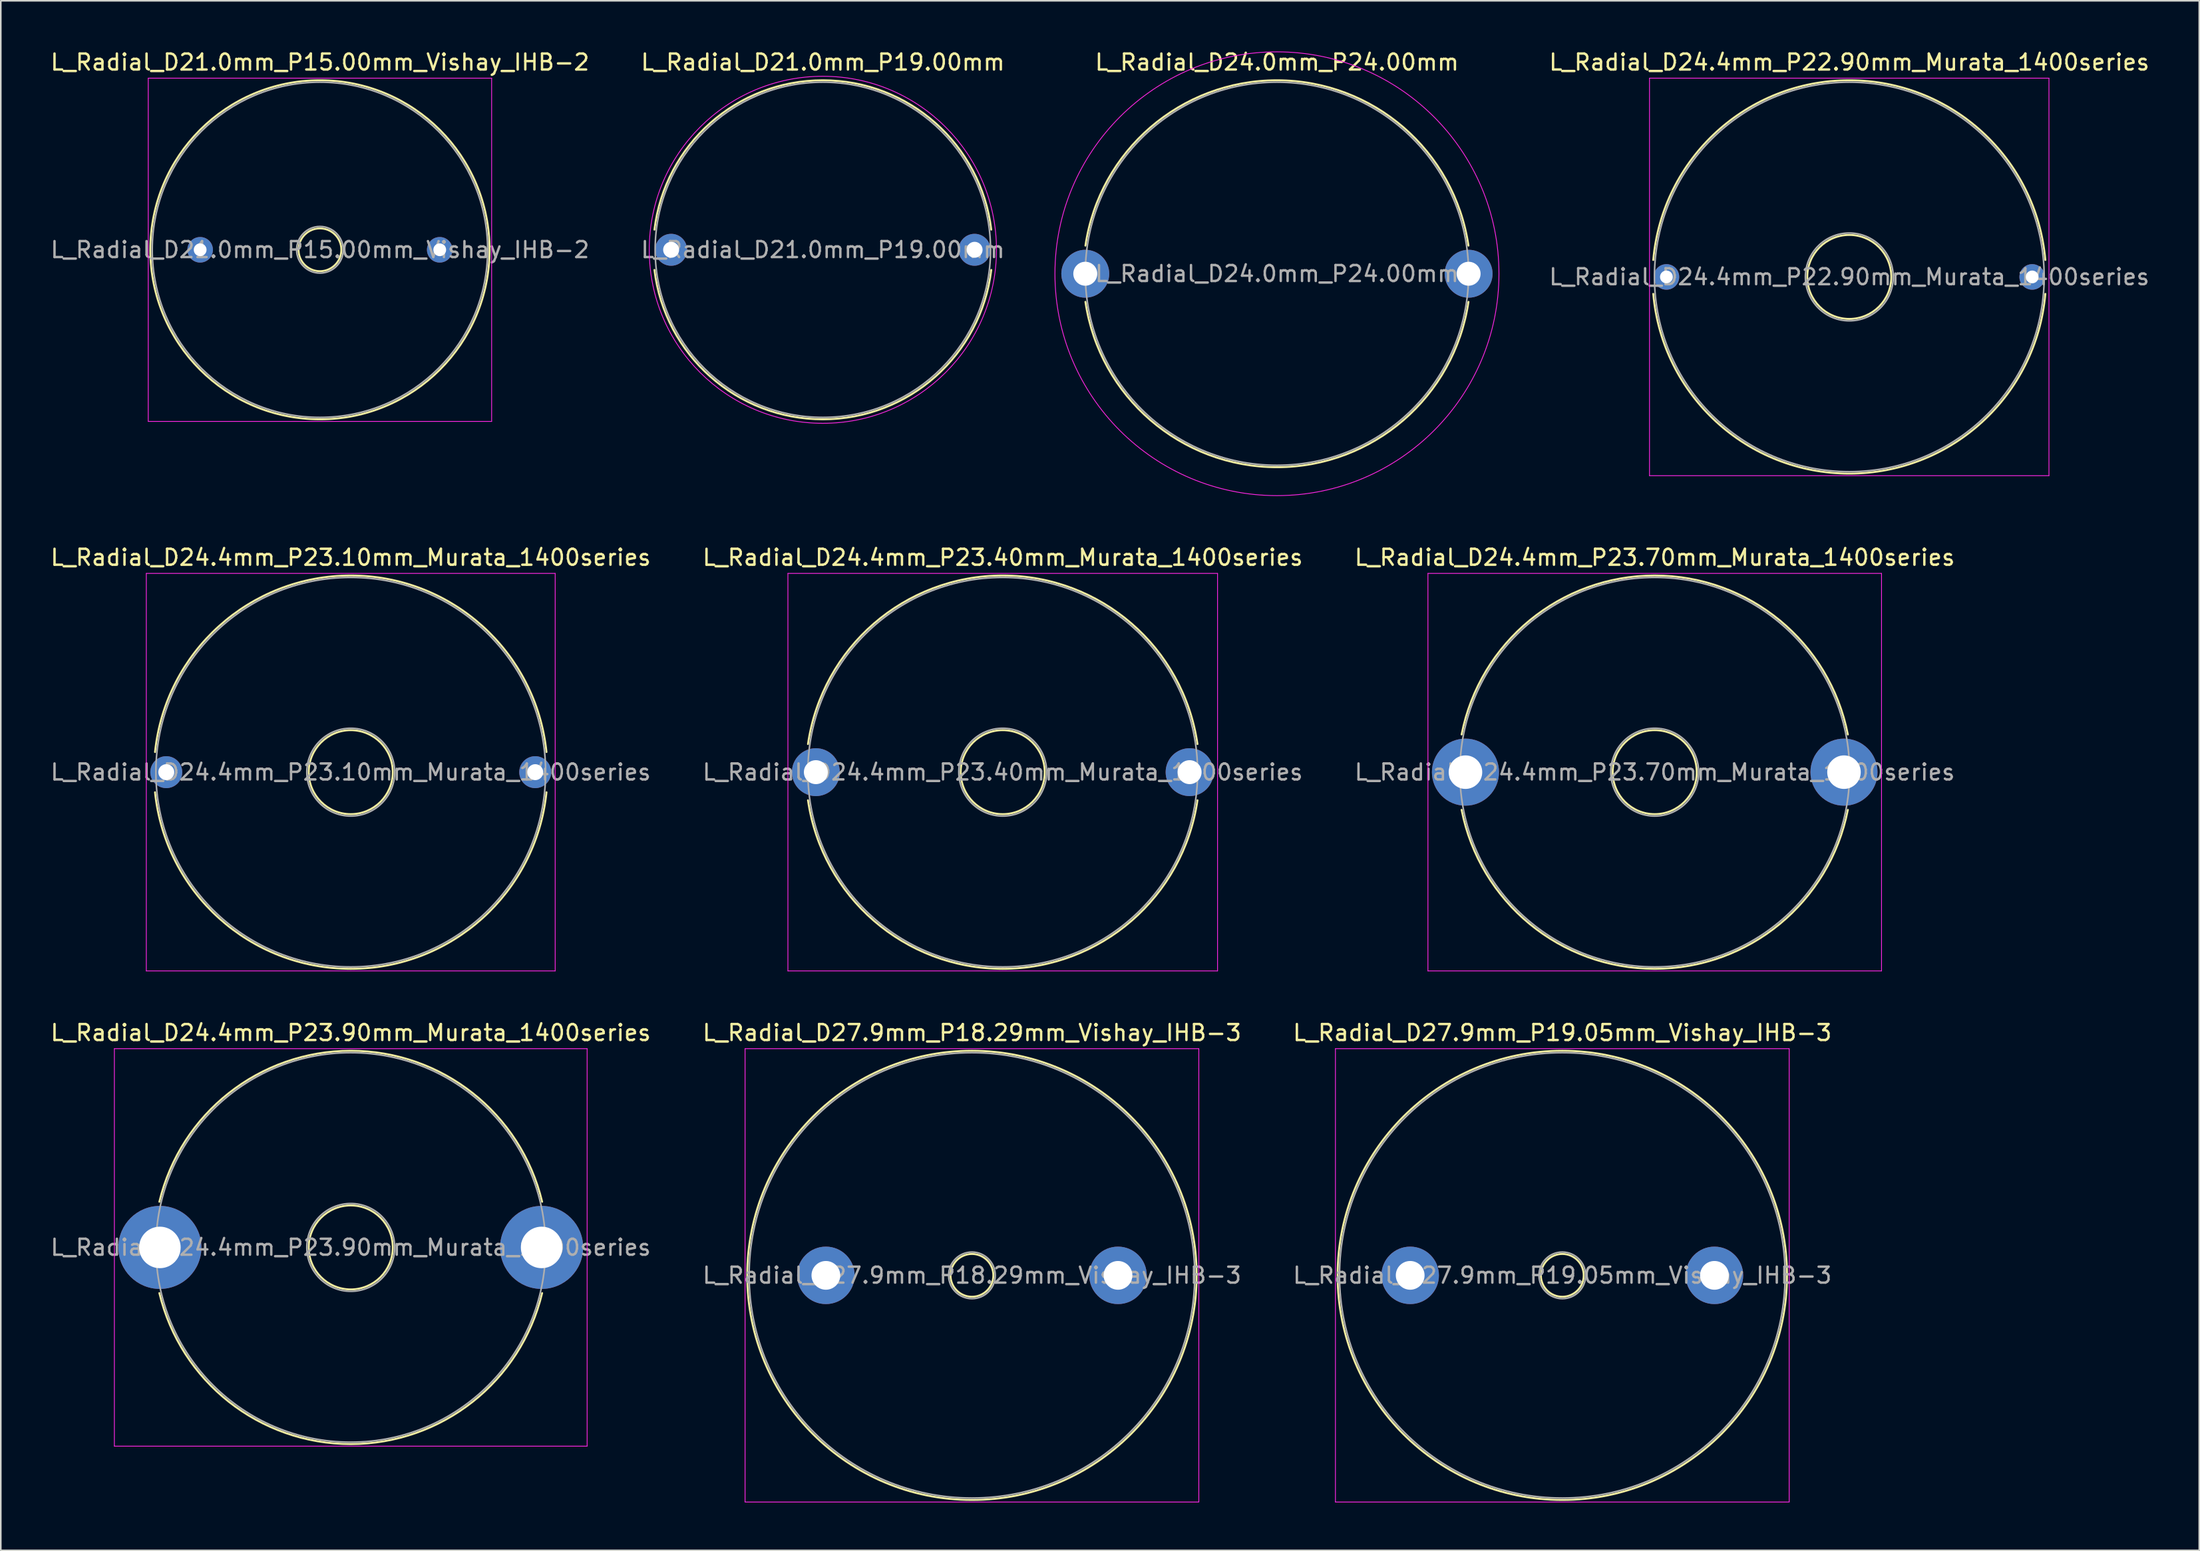
<source format=kicad_pcb>
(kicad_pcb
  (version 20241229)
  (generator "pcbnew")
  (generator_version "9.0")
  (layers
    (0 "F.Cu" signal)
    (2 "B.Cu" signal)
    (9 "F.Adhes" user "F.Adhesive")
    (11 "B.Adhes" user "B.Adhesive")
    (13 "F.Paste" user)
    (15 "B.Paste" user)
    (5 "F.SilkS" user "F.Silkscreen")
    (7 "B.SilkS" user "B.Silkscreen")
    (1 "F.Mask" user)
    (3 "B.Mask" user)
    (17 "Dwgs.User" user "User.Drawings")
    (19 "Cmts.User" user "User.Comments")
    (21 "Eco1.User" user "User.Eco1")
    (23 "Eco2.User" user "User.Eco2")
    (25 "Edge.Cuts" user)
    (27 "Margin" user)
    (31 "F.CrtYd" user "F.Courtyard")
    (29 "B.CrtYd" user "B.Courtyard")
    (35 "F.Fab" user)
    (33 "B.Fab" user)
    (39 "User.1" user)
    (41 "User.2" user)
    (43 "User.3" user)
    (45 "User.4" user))
  (footprint "L_Radial_D21.0mm_P19.00mm"
    (layer "F.Cu")
    (at 38.97 12.598)
    (property "Reference" "L_Radial_D21.0mm_P19.00mm" (at 9.5 -11.75 0) (layer "F.SilkS") (effects (font (size 1 1) (thickness 0.15))))
    (attr through_hole)
    (fp_arc (start -1.044989 -1.26) (mid 9.5 -10.62) (end 20.044989 -1.26) (stroke (width 0.12) (type solid)) (layer "F.SilkS"))
    (fp_arc (start 20.044989 1.26) (mid 9.5 10.62) (end -1.044989 1.26) (stroke (width 0.12) (type solid)) (layer "F.SilkS"))
    (fp_circle (center 9.5 0) (end 20.37 0) (stroke (width 0.05) (type solid)) (fill no) (layer "F.CrtYd"))
    (fp_circle (center 9.5 0) (end 20 0) (stroke (width 0.1) (type solid)) (fill no) (layer "F.Fab"))
    (fp_text user "${REFERENCE}" (at 9.5 0 0) (layer "F.Fab") (effects (font (size 1 1) (thickness 0.15))))
    (pad "1" thru_hole circle (at 0 0) (size 2 2) (drill 1) (layers "*.Cu" "*.Mask"))
    (pad "2" thru_hole circle (at 19 0) (size 2 2) (drill 1) (layers "*.Cu" "*.Mask")))
  (footprint "L_Radial_D24.0mm_P24.00mm"
    (layer "F.Cu")
    (at 64.901 14.098)
    (property "Reference" "L_Radial_D24.0mm_P24.00mm" (at 12 -13.25 0) (layer "F.SilkS") (effects (font (size 1 1) (thickness 0.15))))
    (attr through_hole)
    (fp_arc (start 0.00847 -1.76) (mid 12 -12.12) (end 23.99153 -1.76) (stroke (width 0.12) (type solid)) (layer "F.SilkS"))
    (fp_arc (start 23.99153 1.76) (mid 12 12.12) (end 0.00847 1.76) (stroke (width 0.12) (type solid)) (layer "F.SilkS"))
    (fp_circle (center 12 0) (end 25.9 0) (stroke (width 0.05) (type solid)) (fill no) (layer "F.CrtYd"))
    (fp_circle (center 12 0) (end 24 0) (stroke (width 0.1) (type solid)) (fill no) (layer "F.Fab"))
    (fp_text user "${REFERENCE}" (at 12 0 0) (layer "F.Fab") (effects (font (size 1 1) (thickness 0.15))))
    (pad "1" thru_hole circle (at 0 0) (size 3 3) (drill 1.5) (layers "*.Cu" "*.Mask"))
    (pad "2" thru_hole circle (at 24 0) (size 3 3) (drill 1.5) (layers "*.Cu" "*.Mask")))
  (footprint "L_Radial_D24.4mm_P23.10mm_Murata_1400series"
    (layer "F.Cu")
    (at 7.361 45.322)
    (property "Reference" "L_Radial_D24.4mm_P23.10mm_Murata_1400series" (at 11.55 -13.45 0) (layer "F.SilkS") (effects (font (size 1 1) (thickness 0.15))))
    (attr through_hole)
    (fp_arc (start -0.705399 -1.26) (mid 11.55 -12.32) (end 23.805399 -1.26) (stroke (width 0.12) (type solid)) (layer "F.SilkS"))
    (fp_arc (start 23.805399 1.26) (mid 11.55 12.32) (end -0.705399 1.26) (stroke (width 0.12) (type solid)) (layer "F.SilkS"))
    (fp_circle (center 11.55 0) (end 14.18 0) (stroke (width 0.12) (type solid)) (fill no) (layer "F.SilkS"))
    (fp_line (start -1.25 -12.45) (end -1.25 12.45) (stroke (width 0.05) (type solid)) (layer "F.CrtYd"))
    (fp_line (start -1.25 12.45) (end 24.35 12.45) (stroke (width 0.05) (type solid)) (layer "F.CrtYd"))
    (fp_line (start 24.35 -12.45) (end -1.25 -12.45) (stroke (width 0.05) (type solid)) (layer "F.CrtYd"))
    (fp_line (start 24.35 12.45) (end 24.35 -12.45) (stroke (width 0.05) (type solid)) (layer "F.CrtYd"))
    (fp_circle (center 11.55 0) (end 14.3 0) (stroke (width 0.1) (type solid)) (fill no) (layer "F.Fab"))
    (fp_circle (center 11.55 0) (end 23.75 0) (stroke (width 0.1) (type solid)) (fill no) (layer "F.Fab"))
    (fp_text user "${REFERENCE}" (at 11.55 0 0) (layer "F.Fab") (effects (font (size 1 1) (thickness 0.15))))
    (pad "1" thru_hole circle (at 0 0) (size 2 2) (drill 1) (layers "*.Cu" "*.Mask"))
    (pad "2" thru_hole circle (at 23.1 0) (size 2 2) (drill 1) (layers "*.Cu" "*.Mask")))
  (footprint "L_Radial_D24.4mm_P23.90mm_Murata_1400series"
    (layer "F.Cu")
    (at 6.961 75.095)
    (property "Reference" "L_Radial_D24.4mm_P23.90mm_Murata_1400series" (at 11.95 -13.45 0) (layer "F.SilkS") (effects (font (size 1 1) (thickness 0.15))))
    (attr through_hole)
    (fp_arc (start -0.033439 -2.86) (mid 11.95 -12.32) (end 23.933439 -2.86) (stroke (width 0.12) (type solid)) (layer "F.SilkS"))
    (fp_arc (start 23.933439 2.86) (mid 11.95 12.32) (end -0.033439 2.86) (stroke (width 0.12) (type solid)) (layer "F.SilkS"))
    (fp_circle (center 11.95 0) (end 14.58 0) (stroke (width 0.12) (type solid)) (fill no) (layer "F.SilkS"))
    (fp_line (start -2.85 -12.45) (end -2.85 12.45) (stroke (width 0.05) (type solid)) (layer "F.CrtYd"))
    (fp_line (start -2.85 12.45) (end 26.75 12.45) (stroke (width 0.05) (type solid)) (layer "F.CrtYd"))
    (fp_line (start 26.75 -12.45) (end -2.85 -12.45) (stroke (width 0.05) (type solid)) (layer "F.CrtYd"))
    (fp_line (start 26.75 12.45) (end 26.75 -12.45) (stroke (width 0.05) (type solid)) (layer "F.CrtYd"))
    (fp_circle (center 11.95 0) (end 14.7 0) (stroke (width 0.1) (type solid)) (fill no) (layer "F.Fab"))
    (fp_circle (center 11.95 0) (end 24.15 0) (stroke (width 0.1) (type solid)) (fill no) (layer "F.Fab"))
    (fp_text user "${REFERENCE}" (at 11.95 0 0) (layer "F.Fab") (effects (font (size 1 1) (thickness 0.15))))
    (pad "1" thru_hole circle (at 0 0) (size 5.2 5.2) (drill 2.6) (layers "*.Cu" "*.Mask"))
    (pad "2" thru_hole circle (at 23.9 0) (size 5.2 5.2) (drill 2.6) (layers "*.Cu" "*.Mask")))
  (footprint "L_Radial_D24.4mm_P23.70mm_Murata_1400series"
    (layer "F.Cu")
    (at 88.704 45.322)
    (property "Reference" "L_Radial_D24.4mm_P23.70mm_Murata_1400series" (at 11.85 -13.45 0) (layer "F.SilkS") (effects (font (size 1 1) (thickness 0.15))))
    (attr through_hole)
    (fp_arc (start -0.241848 -2.36) (mid 11.85 -12.32) (end 23.941848 -2.36) (stroke (width 0.12) (type solid)) (layer "F.SilkS"))
    (fp_arc (start 23.941848 2.36) (mid 11.85 12.32) (end -0.241848 2.36) (stroke (width 0.12) (type solid)) (layer "F.SilkS"))
    (fp_circle (center 11.85 0) (end 14.48 0) (stroke (width 0.12) (type solid)) (fill no) (layer "F.SilkS"))
    (fp_line (start -2.35 -12.45) (end -2.35 12.45) (stroke (width 0.05) (type solid)) (layer "F.CrtYd"))
    (fp_line (start -2.35 12.45) (end 26.05 12.45) (stroke (width 0.05) (type solid)) (layer "F.CrtYd"))
    (fp_line (start 26.05 -12.45) (end -2.35 -12.45) (stroke (width 0.05) (type solid)) (layer "F.CrtYd"))
    (fp_line (start 26.05 12.45) (end 26.05 -12.45) (stroke (width 0.05) (type solid)) (layer "F.CrtYd"))
    (fp_circle (center 11.85 0) (end 14.6 0) (stroke (width 0.1) (type solid)) (fill no) (layer "F.Fab"))
    (fp_circle (center 11.85 0) (end 24.05 0) (stroke (width 0.1) (type solid)) (fill no) (layer "F.Fab"))
    (fp_text user "${REFERENCE}" (at 11.85 0 0) (layer "F.Fab") (effects (font (size 1 1) (thickness 0.15))))
    (pad "1" thru_hole circle (at 0 0) (size 4.2 4.2) (drill 2.1) (layers "*.Cu" "*.Mask"))
    (pad "2" thru_hole circle (at 23.7 0) (size 4.2 4.2) (drill 2.1) (layers "*.Cu" "*.Mask")))
  (footprint "L_Radial_D24.4mm_P22.90mm_Murata_1400series"
    (layer "F.Cu")
    (at 101.287 14.298)
    (property "Reference" "L_Radial_D24.4mm_P22.90mm_Murata_1400series" (at 11.45 -13.45 0) (layer "F.SilkS") (effects (font (size 1 1) (thickness 0.15))))
    (attr through_hole)
    (fp_arc (start -0.824315 -1.06) (mid 11.45 -12.32) (end 23.724315 -1.06) (stroke (width 0.12) (type solid)) (layer "F.SilkS"))
    (fp_arc (start 23.724315 1.06) (mid 11.45 12.32) (end -0.824315 1.06) (stroke (width 0.12) (type solid)) (layer "F.SilkS"))
    (fp_circle (center 11.45 0) (end 14.08 0) (stroke (width 0.12) (type solid)) (fill no) (layer "F.SilkS"))
    (fp_line (start -1.06 -12.45) (end -1.06 12.45) (stroke (width 0.05) (type solid)) (layer "F.CrtYd"))
    (fp_line (start -1.06 12.45) (end 23.95 12.45) (stroke (width 0.05) (type solid)) (layer "F.CrtYd"))
    (fp_line (start 23.95 -12.45) (end -1.06 -12.45) (stroke (width 0.05) (type solid)) (layer "F.CrtYd"))
    (fp_line (start 23.95 12.45) (end 23.95 -12.45) (stroke (width 0.05) (type solid)) (layer "F.CrtYd"))
    (fp_circle (center 11.45 0) (end 14.2 0) (stroke (width 0.1) (type solid)) (fill no) (layer "F.Fab"))
    (fp_circle (center 11.45 0) (end 23.65 0) (stroke (width 0.1) (type solid)) (fill no) (layer "F.Fab"))
    (fp_text user "${REFERENCE}" (at 11.45 0 0) (layer "F.Fab") (effects (font (size 1 1) (thickness 0.15))))
    (pad "1" thru_hole circle (at 0 0) (size 1.6 1.6) (drill 0.8) (layers "*.Cu" "*.Mask"))
    (pad "2" thru_hole circle (at 22.9 0) (size 1.6 1.6) (drill 0.8) (layers "*.Cu" "*.Mask")))
  (footprint "L_Radial_D27.9mm_P19.05mm_Vishay_IHB-3"
    (layer "F.Cu")
    (at 85.243 76.845)
    (property "Reference" "L_Radial_D27.9mm_P19.05mm_Vishay_IHB-3" (at 9.525 -15.2 0) (layer "F.SilkS") (effects (font (size 1 1) (thickness 0.15))))
    (attr through_hole)
    (fp_circle (center 9.525 0) (end 10.865 0) (stroke (width 0.12) (type solid)) (fill no) (layer "F.SilkS"))
    (fp_circle (center 9.525 0) (end 23.595 0) (stroke (width 0.12) (type solid)) (fill no) (layer "F.SilkS"))
    (fp_line (start -4.68 -14.2) (end -4.68 14.2) (stroke (width 0.05) (type solid)) (layer "F.CrtYd"))
    (fp_line (start -4.68 14.2) (end 23.73 14.2) (stroke (width 0.05) (type solid)) (layer "F.CrtYd"))
    (fp_line (start 23.73 -14.2) (end -4.68 -14.2) (stroke (width 0.05) (type solid)) (layer "F.CrtYd"))
    (fp_line (start 23.73 14.2) (end 23.73 -14.2) (stroke (width 0.05) (type solid)) (layer "F.CrtYd"))
    (fp_circle (center 9.525 0) (end 10.985 0) (stroke (width 0.1) (type solid)) (fill no) (layer "F.Fab"))
    (fp_circle (center 9.525 0) (end 23.475 0) (stroke (width 0.1) (type solid)) (fill no) (layer "F.Fab"))
    (fp_text user "${REFERENCE}" (at 9.525 0 0) (layer "F.Fab") (effects (font (size 1 1) (thickness 0.15))))
    (pad "1" thru_hole circle (at 0 0) (size 3.6 3.6) (drill 1.8) (layers "*.Cu" "*.Mask"))
    (pad "2" thru_hole circle (at 19.05 0) (size 3.6 3.6) (drill 1.8) (layers "*.Cu" "*.Mask")))
  (footprint "L_Radial_D24.4mm_P23.40mm_Murata_1400series"
    (layer "F.Cu")
    (at 48.032 45.322)
    (property "Reference" "L_Radial_D24.4mm_P23.40mm_Murata_1400series" (at 11.7 -13.45 0) (layer "F.SilkS") (effects (font (size 1 1) (thickness 0.15))))
    (attr through_hole)
    (fp_arc (start -0.493638 -1.76) (mid 11.7 -12.32) (end 23.893638 -1.76) (stroke (width 0.12) (type solid)) (layer "F.SilkS"))
    (fp_arc (start 23.893638 1.76) (mid 11.7 12.32) (end -0.493638 1.76) (stroke (width 0.12) (type solid)) (layer "F.SilkS"))
    (fp_circle (center 11.7 0) (end 14.33 0) (stroke (width 0.12) (type solid)) (fill no) (layer "F.SilkS"))
    (fp_line (start -1.75 -12.45) (end -1.75 12.45) (stroke (width 0.05) (type solid)) (layer "F.CrtYd"))
    (fp_line (start -1.75 12.45) (end 25.15 12.45) (stroke (width 0.05) (type solid)) (layer "F.CrtYd"))
    (fp_line (start 25.15 -12.45) (end -1.75 -12.45) (stroke (width 0.05) (type solid)) (layer "F.CrtYd"))
    (fp_line (start 25.15 12.45) (end 25.15 -12.45) (stroke (width 0.05) (type solid)) (layer "F.CrtYd"))
    (fp_circle (center 11.7 0) (end 14.45 0) (stroke (width 0.1) (type solid)) (fill no) (layer "F.Fab"))
    (fp_circle (center 11.7 0) (end 23.9 0) (stroke (width 0.1) (type solid)) (fill no) (layer "F.Fab"))
    (fp_text user "${REFERENCE}" (at 11.7 0 0) (layer "F.Fab") (effects (font (size 1 1) (thickness 0.15))))
    (pad "1" thru_hole circle (at 0 0) (size 3 3) (drill 1.5) (layers "*.Cu" "*.Mask"))
    (pad "2" thru_hole circle (at 23.4 0) (size 3 3) (drill 1.5) (layers "*.Cu" "*.Mask")))
  (footprint "L_Radial_D27.9mm_P18.29mm_Vishay_IHB-3"
    (layer "F.Cu")
    (at 48.659 76.845)
    (property "Reference" "L_Radial_D27.9mm_P18.29mm_Vishay_IHB-3" (at 9.145 -15.2 0) (layer "F.SilkS") (effects (font (size 1 1) (thickness 0.15))))
    (attr through_hole)
    (fp_circle (center 9.145 0) (end 10.485 0) (stroke (width 0.12) (type solid)) (fill no) (layer "F.SilkS"))
    (fp_circle (center 9.145 0) (end 23.215 0) (stroke (width 0.12) (type solid)) (fill no) (layer "F.SilkS"))
    (fp_line (start -5.06 -14.2) (end -5.06 14.2) (stroke (width 0.05) (type solid)) (layer "F.CrtYd"))
    (fp_line (start -5.06 14.2) (end 23.35 14.2) (stroke (width 0.05) (type solid)) (layer "F.CrtYd"))
    (fp_line (start 23.35 -14.2) (end -5.06 -14.2) (stroke (width 0.05) (type solid)) (layer "F.CrtYd"))
    (fp_line (start 23.35 14.2) (end 23.35 -14.2) (stroke (width 0.05) (type solid)) (layer "F.CrtYd"))
    (fp_circle (center 9.145 0) (end 10.605 0) (stroke (width 0.1) (type solid)) (fill no) (layer "F.Fab"))
    (fp_circle (center 9.145 0) (end 23.095 0) (stroke (width 0.1) (type solid)) (fill no) (layer "F.Fab"))
    (fp_text user "${REFERENCE}" (at 9.145 0 0) (layer "F.Fab") (effects (font (size 1 1) (thickness 0.15))))
    (pad "1" thru_hole circle (at 0 0) (size 3.6 3.6) (drill 1.8) (layers "*.Cu" "*.Mask"))
    (pad "2" thru_hole circle (at 18.29 0) (size 3.6 3.6) (drill 1.8) (layers "*.Cu" "*.Mask")))
  (footprint "L_Radial_D21.0mm_P15.00mm_Vishay_IHB-2"
    (layer "F.Cu")
    (at 9.482 12.598)
    (property "Reference" "L_Radial_D21.0mm_P15.00mm_Vishay_IHB-2" (at 7.5 -11.75 0) (layer "F.SilkS") (effects (font (size 1 1) (thickness 0.15))))
    (attr through_hole)
    (fp_circle (center 7.5 0) (end 8.84 0) (stroke (width 0.12) (type solid)) (fill no) (layer "F.SilkS"))
    (fp_circle (center 7.5 0) (end 18.12 0) (stroke (width 0.12) (type solid)) (fill no) (layer "F.SilkS"))
    (fp_line (start -3.25 -10.75) (end -3.25 10.75) (stroke (width 0.05) (type solid)) (layer "F.CrtYd"))
    (fp_line (start -3.25 10.75) (end 18.25 10.75) (stroke (width 0.05) (type solid)) (layer "F.CrtYd"))
    (fp_line (start 18.25 -10.75) (end -3.25 -10.75) (stroke (width 0.05) (type solid)) (layer "F.CrtYd"))
    (fp_line (start 18.25 10.75) (end 18.25 -10.75) (stroke (width 0.05) (type solid)) (layer "F.CrtYd"))
    (fp_circle (center 7.5 0) (end 8.96 0) (stroke (width 0.1) (type solid)) (fill no) (layer "F.Fab"))
    (fp_circle (center 7.5 0) (end 18 0) (stroke (width 0.1) (type solid)) (fill no) (layer "F.Fab"))
    (fp_text user "${REFERENCE}" (at 7.5 0 0) (layer "F.Fab") (effects (font (size 1 1) (thickness 0.15))))
    (pad "1" thru_hole circle (at 0 0) (size 1.6 1.6) (drill 0.8) (layers "*.Cu" "*.Mask"))
    (pad "2" thru_hole circle (at 15 0) (size 1.6 1.6) (drill 0.8) (layers "*.Cu" "*.Mask")))
  (gr_rect
    (start -3 -3)
    (end 134.648 94.07)
    (stroke (width 0.1) (type default))
    (fill no)
    (layer "Edge.Cuts")))
</source>
